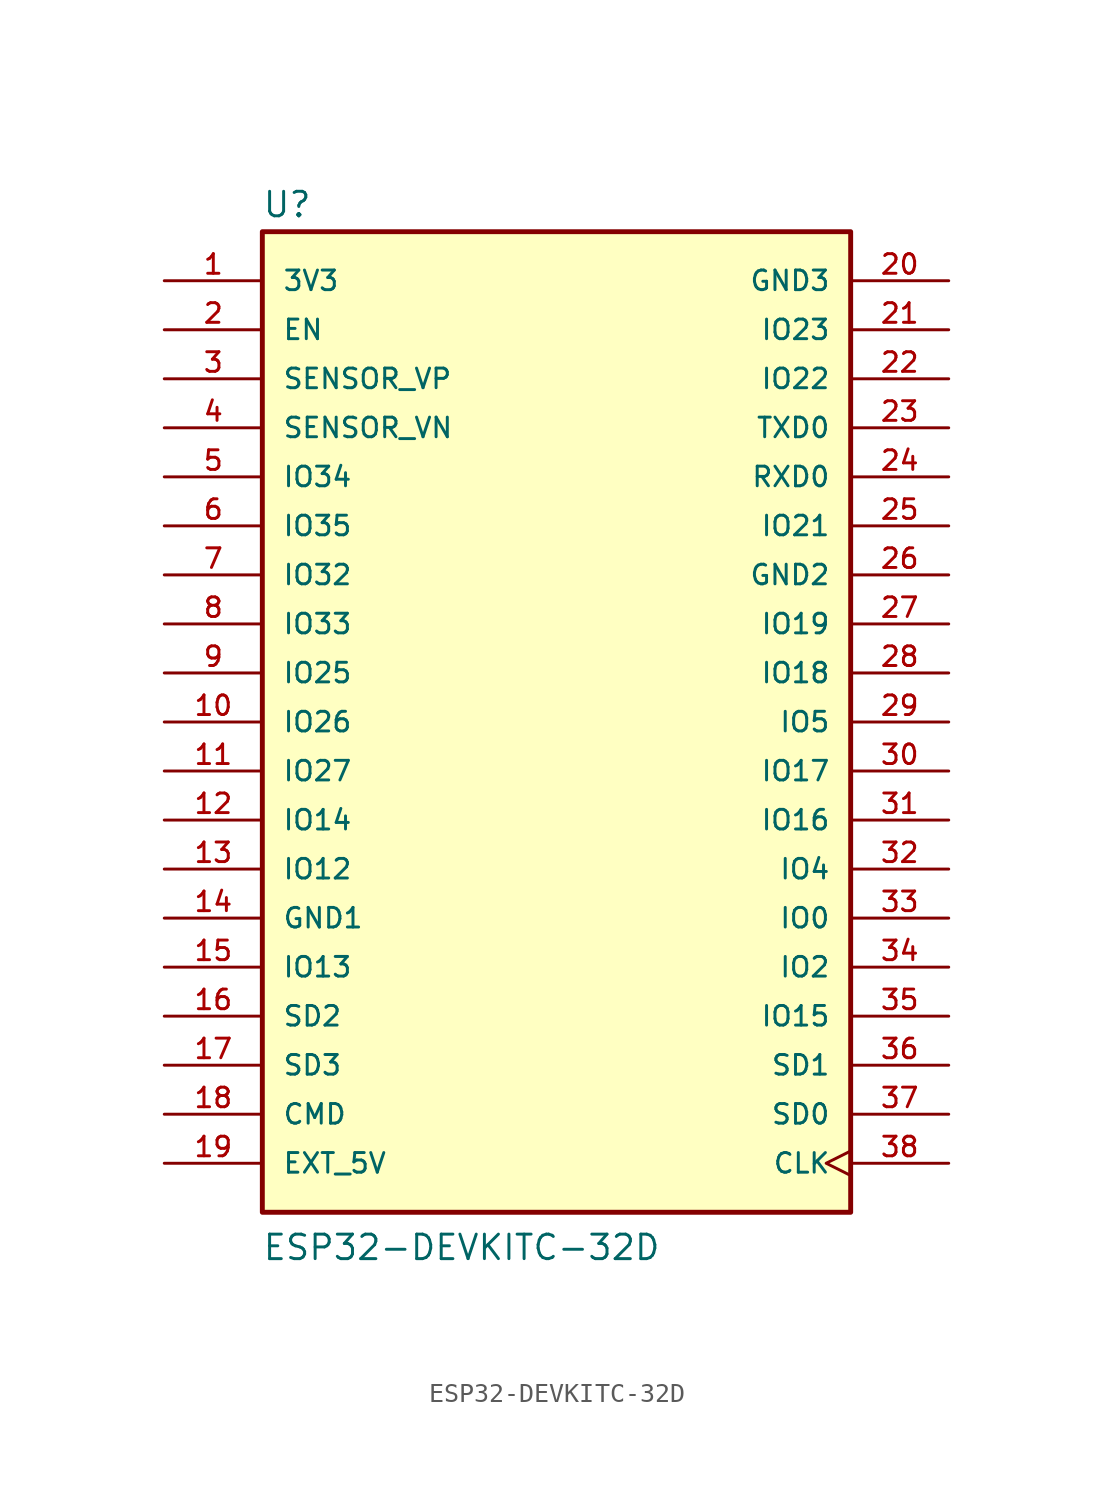
<source format=kicad_sym>
(kicad_symbol_lib
  (version 20220914)
  (generator kicad_symbol_editor)
  (symbol "ESP32-DEVKITC-32D"
    (pin_names
      (offset 1.016))
    (property "Reference" "U"
      (at -15.265 26.06 0)
      (effects (font (size 1.27 1.27)) (justify left bottom)))
    (property "Value" "ESP32-DEVKITC-32D"
      (at -15.265 -27.965 0)
      (effects (font (size 1.27 1.27)) (justify left bottom)))
    (symbol "ESP32-DEVKITC-32D_0_0"
      (rectangle (start -15.24 -25.4) (end 15.24 25.4) (stroke (width 0.254) (type default)) (fill (type background)))
      (pin power_in line (at -20.32 22.86 0) (length 5.08) (name "3V3" (effects (font (size 1.016 1.016)))) (number "1" (effects (font (size 1.016 1.016)))))
      (pin bidirectional line (at -20.32 0 0) (length 5.08) (name "IO26" (effects (font (size 1.016 1.016)))) (number "10" (effects (font (size 1.016 1.016)))))
      (pin bidirectional line (at -20.32 -2.54 0) (length 5.08) (name "IO27" (effects (font (size 1.016 1.016)))) (number "11" (effects (font (size 1.016 1.016)))))
      (pin bidirectional line (at -20.32 -5.08 0) (length 5.08) (name "IO14" (effects (font (size 1.016 1.016)))) (number "12" (effects (font (size 1.016 1.016)))))
      (pin bidirectional line (at -20.32 -7.62 0) (length 5.08) (name "IO12" (effects (font (size 1.016 1.016)))) (number "13" (effects (font (size 1.016 1.016)))))
      (pin power_in line (at -20.32 -10.16 0) (length 5.08) (name "GND1" (effects (font (size 1.016 1.016)))) (number "14" (effects (font (size 1.016 1.016)))))
      (pin bidirectional line (at -20.32 -12.7 0) (length 5.08) (name "IO13" (effects (font (size 1.016 1.016)))) (number "15" (effects (font (size 1.016 1.016)))))
      (pin bidirectional line (at -20.32 -15.24 0) (length 5.08) (name "SD2" (effects (font (size 1.016 1.016)))) (number "16" (effects (font (size 1.016 1.016)))))
      (pin bidirectional line (at -20.32 -17.78 0) (length 5.08) (name "SD3" (effects (font (size 1.016 1.016)))) (number "17" (effects (font (size 1.016 1.016)))))
      (pin bidirectional line (at -20.32 -20.32 0) (length 5.08) (name "CMD" (effects (font (size 1.016 1.016)))) (number "18" (effects (font (size 1.016 1.016)))))
      (pin power_in line (at -20.32 -22.86 0) (length 5.08) (name "EXT_5V" (effects (font (size 1.016 1.016)))) (number "19" (effects (font (size 1.016 1.016)))))
      (pin input line (at -20.32 20.32 0) (length 5.08) (name "EN" (effects (font (size 1.016 1.016)))) (number "2" (effects (font (size 1.016 1.016)))))
      (pin power_in line (at 20.32 22.86 180) (length 5.08) (name "GND3" (effects (font (size 1.016 1.016)))) (number "20" (effects (font (size 1.016 1.016)))))
      (pin bidirectional line (at 20.32 20.32 180) (length 5.08) (name "IO23" (effects (font (size 1.016 1.016)))) (number "21" (effects (font (size 1.016 1.016)))))
      (pin bidirectional line (at 20.32 17.78 180) (length 5.08) (name "IO22" (effects (font (size 1.016 1.016)))) (number "22" (effects (font (size 1.016 1.016)))))
      (pin output line (at 20.32 15.24 180) (length 5.08) (name "TXD0" (effects (font (size 1.016 1.016)))) (number "23" (effects (font (size 1.016 1.016)))))
      (pin input line (at 20.32 12.7 180) (length 5.08) (name "RXD0" (effects (font (size 1.016 1.016)))) (number "24" (effects (font (size 1.016 1.016)))))
      (pin bidirectional line (at 20.32 10.16 180) (length 5.08) (name "IO21" (effects (font (size 1.016 1.016)))) (number "25" (effects (font (size 1.016 1.016)))))
      (pin power_in line (at 20.32 7.62 180) (length 5.08) (name "GND2" (effects (font (size 1.016 1.016)))) (number "26" (effects (font (size 1.016 1.016)))))
      (pin bidirectional line (at 20.32 5.08 180) (length 5.08) (name "IO19" (effects (font (size 1.016 1.016)))) (number "27" (effects (font (size 1.016 1.016)))))
      (pin bidirectional line (at 20.32 2.54 180) (length 5.08) (name "IO18" (effects (font (size 1.016 1.016)))) (number "28" (effects (font (size 1.016 1.016)))))
      (pin bidirectional line (at 20.32 0 180) (length 5.08) (name "IO5" (effects (font (size 1.016 1.016)))) (number "29" (effects (font (size 1.016 1.016)))))
      (pin input line (at -20.32 17.78 0) (length 5.08) (name "SENSOR_VP" (effects (font (size 1.016 1.016)))) (number "3" (effects (font (size 1.016 1.016)))))
      (pin bidirectional line (at 20.32 -2.54 180) (length 5.08) (name "IO17" (effects (font (size 1.016 1.016)))) (number "30" (effects (font (size 1.016 1.016)))))
      (pin bidirectional line (at 20.32 -5.08 180) (length 5.08) (name "IO16" (effects (font (size 1.016 1.016)))) (number "31" (effects (font (size 1.016 1.016)))))
      (pin bidirectional line (at 20.32 -7.62 180) (length 5.08) (name "IO4" (effects (font (size 1.016 1.016)))) (number "32" (effects (font (size 1.016 1.016)))))
      (pin bidirectional line (at 20.32 -10.16 180) (length 5.08) (name "IO0" (effects (font (size 1.016 1.016)))) (number "33" (effects (font (size 1.016 1.016)))))
      (pin bidirectional line (at 20.32 -12.7 180) (length 5.08) (name "IO2" (effects (font (size 1.016 1.016)))) (number "34" (effects (font (size 1.016 1.016)))))
      (pin bidirectional line (at 20.32 -15.24 180) (length 5.08) (name "IO15" (effects (font (size 1.016 1.016)))) (number "35" (effects (font (size 1.016 1.016)))))
      (pin bidirectional line (at 20.32 -17.78 180) (length 5.08) (name "SD1" (effects (font (size 1.016 1.016)))) (number "36" (effects (font (size 1.016 1.016)))))
      (pin bidirectional line (at 20.32 -20.32 180) (length 5.08) (name "SD0" (effects (font (size 1.016 1.016)))) (number "37" (effects (font (size 1.016 1.016)))))
      (pin input clock (at 20.32 -22.86 180) (length 5.08) (name "CLK" (effects (font (size 1.016 1.016)))) (number "38" (effects (font (size 1.016 1.016)))))
      (pin input line (at -20.32 15.24 0) (length 5.08) (name "SENSOR_VN" (effects (font (size 1.016 1.016)))) (number "4" (effects (font (size 1.016 1.016)))))
      (pin bidirectional line (at -20.32 12.7 0) (length 5.08) (name "IO34" (effects (font (size 1.016 1.016)))) (number "5" (effects (font (size 1.016 1.016)))))
      (pin bidirectional line (at -20.32 10.16 0) (length 5.08) (name "IO35" (effects (font (size 1.016 1.016)))) (number "6" (effects (font (size 1.016 1.016)))))
      (pin bidirectional line (at -20.32 7.62 0) (length 5.08) (name "IO32" (effects (font (size 1.016 1.016)))) (number "7" (effects (font (size 1.016 1.016)))))
      (pin bidirectional line (at -20.32 5.08 0) (length 5.08) (name "IO33" (effects (font (size 1.016 1.016)))) (number "8" (effects (font (size 1.016 1.016)))))
      (pin bidirectional line (at -20.32 2.54 0) (length 5.08) (name "IO25" (effects (font (size 1.016 1.016)))) (number "9" (effects (font (size 1.016 1.016))))))))
</source>
